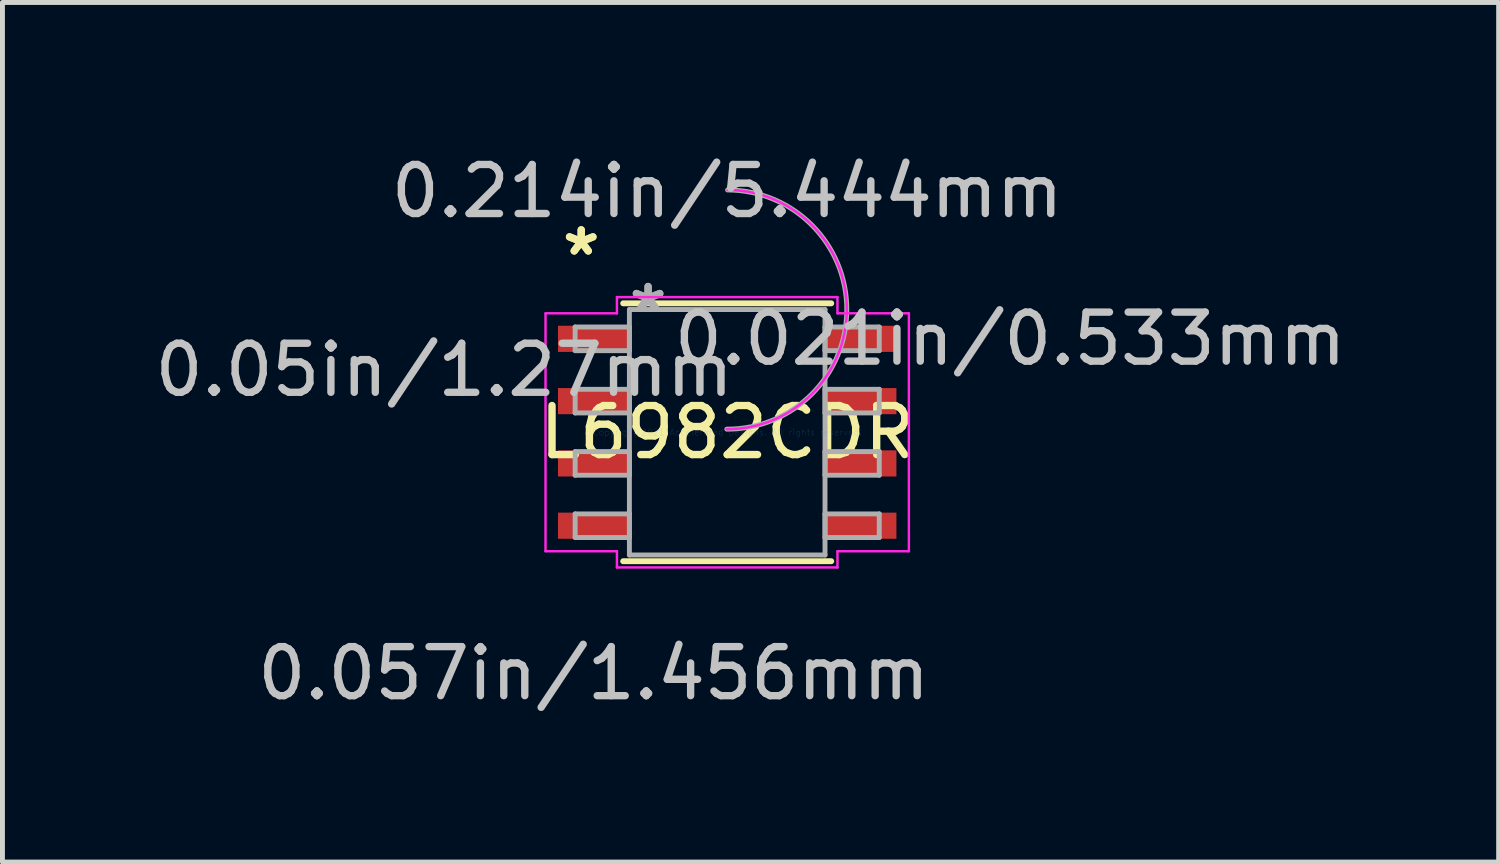
<source format=kicad_pcb>
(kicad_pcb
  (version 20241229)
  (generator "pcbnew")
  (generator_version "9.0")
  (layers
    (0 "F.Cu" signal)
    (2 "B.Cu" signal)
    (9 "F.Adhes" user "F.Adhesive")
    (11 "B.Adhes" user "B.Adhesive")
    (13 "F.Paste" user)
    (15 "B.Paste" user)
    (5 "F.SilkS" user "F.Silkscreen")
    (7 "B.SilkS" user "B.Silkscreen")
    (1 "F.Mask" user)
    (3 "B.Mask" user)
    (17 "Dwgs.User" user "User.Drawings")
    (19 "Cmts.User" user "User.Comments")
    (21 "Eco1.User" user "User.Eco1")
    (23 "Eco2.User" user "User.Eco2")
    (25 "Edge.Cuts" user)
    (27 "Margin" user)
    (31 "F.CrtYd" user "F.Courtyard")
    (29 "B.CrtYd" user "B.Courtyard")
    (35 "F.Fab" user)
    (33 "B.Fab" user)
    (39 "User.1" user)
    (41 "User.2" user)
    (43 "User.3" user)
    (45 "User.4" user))
  (footprint "L6982CDR"
    (layer "F.Cu")
    (at 11.776 5.763)
    (property "Reference" "L6982CDR" (at 0 0 0) (layer "F.SilkS") (effects (font (size 1 1) (thickness 0.15))))
    (attr through_hole)
    (fp_line (start -2.121 2.629) (end 2.121 2.629) (stroke (width 0.12) (type solid)) (layer "F.SilkS"))
    (fp_line (start 2.121 -2.629) (end -2.121 -2.629) (stroke (width 0.12) (type solid)) (layer "F.SilkS"))
    (fp_line (start -3.704 -2.425) (end -2.248 -2.425) (stroke (width 0.05) (type solid)) (layer "F.CrtYd"))
    (fp_line (start -3.704 2.425) (end -3.704 -2.425) (stroke (width 0.05) (type solid)) (layer "F.CrtYd"))
    (fp_line (start -2.248 -2.756) (end 2.248 -2.756) (stroke (width 0.05) (type solid)) (layer "F.CrtYd"))
    (fp_line (start -2.248 -2.425) (end -2.248 -2.756) (stroke (width 0.05) (type solid)) (layer "F.CrtYd"))
    (fp_line (start -2.248 2.425) (end -3.704 2.425) (stroke (width 0.05) (type solid)) (layer "F.CrtYd"))
    (fp_line (start -2.248 2.756) (end -2.248 2.425) (stroke (width 0.05) (type solid)) (layer "F.CrtYd"))
    (fp_line (start 2.248 -2.756) (end 2.248 -2.425) (stroke (width 0.05) (type solid)) (layer "F.CrtYd"))
    (fp_line (start 2.248 -2.425) (end 3.704 -2.425) (stroke (width 0.05) (type solid)) (layer "F.CrtYd"))
    (fp_line (start 2.248 2.425) (end 2.248 2.756) (stroke (width 0.05) (type solid)) (layer "F.CrtYd"))
    (fp_line (start 2.248 2.756) (end -2.248 2.756) (stroke (width 0.05) (type solid)) (layer "F.CrtYd"))
    (fp_line (start 3.704 -2.425) (end 3.704 2.425) (stroke (width 0.05) (type solid)) (layer "F.CrtYd"))
    (fp_line (start 3.704 2.425) (end 2.248 2.425) (stroke (width 0.05) (type solid)) (layer "F.CrtYd"))
    (fp_arc (start 0.008441 -4.940252) (mid 2.438352 -2.493459) (end -0.008441 -0.063548) (stroke (width 0.05) (type solid)) (layer "F.CrtYd"))
    (fp_line (start -3.1 -2.146) (end -3.1 -1.664) (stroke (width 0.1) (type solid)) (layer "F.Fab"))
    (fp_line (start -3.1 -1.664) (end -1.994 -1.664) (stroke (width 0.1) (type solid)) (layer "F.Fab"))
    (fp_line (start -3.1 -0.876) (end -3.1 -0.394) (stroke (width 0.1) (type solid)) (layer "F.Fab"))
    (fp_line (start -3.1 -0.394) (end -1.994 -0.394) (stroke (width 0.1) (type solid)) (layer "F.Fab"))
    (fp_line (start -3.1 0.394) (end -3.1 0.876) (stroke (width 0.1) (type solid)) (layer "F.Fab"))
    (fp_line (start -3.1 0.876) (end -1.994 0.876) (stroke (width 0.1) (type solid)) (layer "F.Fab"))
    (fp_line (start -3.1 1.664) (end -3.1 2.146) (stroke (width 0.1) (type solid)) (layer "F.Fab"))
    (fp_line (start -3.1 2.146) (end -1.994 2.146) (stroke (width 0.1) (type solid)) (layer "F.Fab"))
    (fp_line (start -1.994 -2.502) (end -1.994 2.502) (stroke (width 0.1) (type solid)) (layer "F.Fab"))
    (fp_line (start -1.994 -2.146) (end -3.1 -2.146) (stroke (width 0.1) (type solid)) (layer "F.Fab"))
    (fp_line (start -1.994 -1.664) (end -1.994 -2.146) (stroke (width 0.1) (type solid)) (layer "F.Fab"))
    (fp_line (start -1.994 -0.876) (end -3.1 -0.876) (stroke (width 0.1) (type solid)) (layer "F.Fab"))
    (fp_line (start -1.994 -0.394) (end -1.994 -0.876) (stroke (width 0.1) (type solid)) (layer "F.Fab"))
    (fp_line (start -1.994 0.394) (end -3.1 0.394) (stroke (width 0.1) (type solid)) (layer "F.Fab"))
    (fp_line (start -1.994 0.876) (end -1.994 0.394) (stroke (width 0.1) (type solid)) (layer "F.Fab"))
    (fp_line (start -1.994 1.664) (end -3.1 1.664) (stroke (width 0.1) (type solid)) (layer "F.Fab"))
    (fp_line (start -1.994 2.146) (end -1.994 1.664) (stroke (width 0.1) (type solid)) (layer "F.Fab"))
    (fp_line (start -1.994 2.502) (end 1.994 2.502) (stroke (width 0.1) (type solid)) (layer "F.Fab"))
    (fp_line (start 1.994 -2.502) (end -1.994 -2.502) (stroke (width 0.1) (type solid)) (layer "F.Fab"))
    (fp_line (start 1.994 -2.146) (end 1.994 -1.664) (stroke (width 0.1) (type solid)) (layer "F.Fab"))
    (fp_line (start 1.994 -1.664) (end 3.1 -1.664) (stroke (width 0.1) (type solid)) (layer "F.Fab"))
    (fp_line (start 1.994 -0.876) (end 1.994 -0.394) (stroke (width 0.1) (type solid)) (layer "F.Fab"))
    (fp_line (start 1.994 -0.394) (end 3.1 -0.394) (stroke (width 0.1) (type solid)) (layer "F.Fab"))
    (fp_line (start 1.994 0.394) (end 1.994 0.876) (stroke (width 0.1) (type solid)) (layer "F.Fab"))
    (fp_line (start 1.994 0.876) (end 3.1 0.876) (stroke (width 0.1) (type solid)) (layer "F.Fab"))
    (fp_line (start 1.994 1.664) (end 1.994 2.146) (stroke (width 0.1) (type solid)) (layer "F.Fab"))
    (fp_line (start 1.994 2.146) (end 3.1 2.146) (stroke (width 0.1) (type solid)) (layer "F.Fab"))
    (fp_line (start 1.994 2.502) (end 1.994 -2.502) (stroke (width 0.1) (type solid)) (layer "F.Fab"))
    (fp_line (start 3.1 -2.146) (end 1.994 -2.146) (stroke (width 0.1) (type solid)) (layer "F.Fab"))
    (fp_line (start 3.1 -1.664) (end 3.1 -2.146) (stroke (width 0.1) (type solid)) (layer "F.Fab"))
    (fp_line (start 3.1 -0.876) (end 1.994 -0.876) (stroke (width 0.1) (type solid)) (layer "F.Fab"))
    (fp_line (start 3.1 -0.394) (end 3.1 -0.876) (stroke (width 0.1) (type solid)) (layer "F.Fab"))
    (fp_line (start 3.1 0.394) (end 1.994 0.394) (stroke (width 0.1) (type solid)) (layer "F.Fab"))
    (fp_line (start 3.1 0.876) (end 3.1 0.394) (stroke (width 0.1) (type solid)) (layer "F.Fab"))
    (fp_line (start 3.1 1.664) (end 1.994 1.664) (stroke (width 0.1) (type solid)) (layer "F.Fab"))
    (fp_line (start 3.1 2.146) (end 3.1 1.664) (stroke (width 0.1) (type solid)) (layer "F.Fab"))
    (fp_arc (start 0.007742 -4.940252) (mid 2.438352 -2.494158) (end -0.007742 -0.063548) (stroke (width 0.1) (type solid)) (layer "F.Fab"))
    (fp_text user "*" (at -2.976 -3.581 0) (layer "F.SilkS") (effects (font (size 1 1) (thickness 0.15))))
    (fp_text user "*" (at -2.976 -3.581 0) (layer "F.SilkS") (effects (font (size 1 1) (thickness 0.15))))
    (fp_text user "0.057in/1.456mm" (at -2.722 4.915 0) (layer "Dwgs.User") (effects (font (size 1 1) (thickness 0.15))))
    (fp_text user "0.05in/1.27mm" (at -5.77 -1.27 0) (layer "Dwgs.User") (effects (font (size 1 1) (thickness 0.15))))
    (fp_text user "0.021in/0.533mm" (at 5.77 -1.905 0) (layer "Dwgs.User") (effects (font (size 1 1) (thickness 0.15))))
    (fp_text user "0.214in/5.444mm" (at 0 -4.915 0) (layer "Dwgs.User") (effects (font (size 1 1) (thickness 0.15))))
    (fp_text user "Copyright 2021 Accelerated Designs. All rights reserved." (at 0 0 0) (layer "Cmts.User") (effects (font (size 0.127 0.127) (thickness 0.002))))
    (fp_text user "*" (at -1.613 -2.426 0) (layer "F.Fab") (effects (font (size 1 1) (thickness 0.15))))
    (fp_text user "*" (at -1.613 -2.426 0) (layer "F.Fab") (effects (font (size 1 1) (thickness 0.15))))
    (pad "1" smd rect (at -2.722 -1.905) (size 1.456 0.533) (layers "F.Cu" "F.Mask" "F.Paste"))
    (pad "2" smd rect (at -2.722 -0.635) (size 1.456 0.533) (layers "F.Cu" "F.Mask" "F.Paste"))
    (pad "3" smd rect (at -2.722 0.635) (size 1.456 0.533) (layers "F.Cu" "F.Mask" "F.Paste"))
    (pad "4" smd rect (at -2.722 1.905) (size 1.456 0.533) (layers "F.Cu" "F.Mask" "F.Paste"))
    (pad "5" smd rect (at 2.722 1.905) (size 1.456 0.533) (layers "F.Cu" "F.Mask" "F.Paste"))
    (pad "6" smd rect (at 2.722 0.635) (size 1.456 0.533) (layers "F.Cu" "F.Mask" "F.Paste"))
    (pad "7" smd rect (at 2.722 -0.635) (size 1.456 0.533) (layers "F.Cu" "F.Mask" "F.Paste"))
    (pad "8" smd rect (at 2.722 -1.905) (size 1.456 0.533) (layers "F.Cu" "F.Mask" "F.Paste")))
  (gr_rect
    (start -3 -3)
    (end 27.504 14.526)
    (stroke (width 0.1) (type default))
    (fill no)
    (layer "Edge.Cuts")))
</source>
